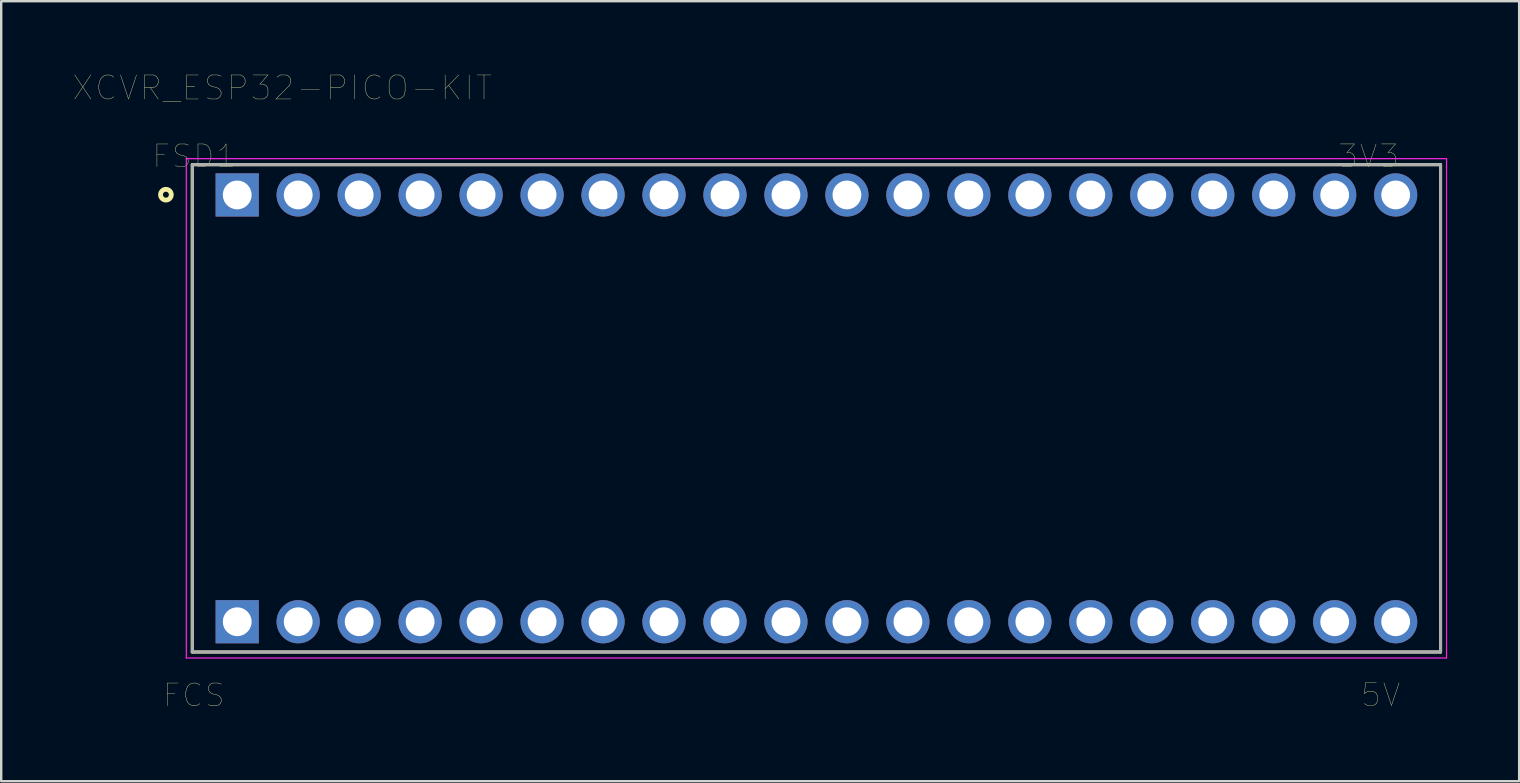
<source format=kicad_pcb>
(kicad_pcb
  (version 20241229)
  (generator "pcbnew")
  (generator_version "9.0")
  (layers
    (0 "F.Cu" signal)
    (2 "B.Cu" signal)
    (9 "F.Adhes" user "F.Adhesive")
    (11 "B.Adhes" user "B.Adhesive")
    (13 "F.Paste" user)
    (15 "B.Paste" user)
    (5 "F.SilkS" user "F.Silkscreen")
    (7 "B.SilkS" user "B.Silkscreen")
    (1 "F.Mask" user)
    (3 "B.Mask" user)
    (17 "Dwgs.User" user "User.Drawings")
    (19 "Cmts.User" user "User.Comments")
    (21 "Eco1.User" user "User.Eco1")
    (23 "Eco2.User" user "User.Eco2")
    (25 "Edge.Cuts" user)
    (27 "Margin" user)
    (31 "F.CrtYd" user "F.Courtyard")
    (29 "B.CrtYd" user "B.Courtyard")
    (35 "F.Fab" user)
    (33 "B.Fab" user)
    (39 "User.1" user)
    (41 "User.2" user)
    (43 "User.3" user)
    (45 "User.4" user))
  (footprint "XCVR_ESP32-PICO-KIT"
    (layer "F.Cu")
    (at 30.962 13.961)
    (property "Reference" "XCVR_ESP32-PICO-KIT" (at -22.254 -13.35 0) (layer "F.SilkS") (effects (font (size 1 1) (thickness 0.015))))
    (attr through_hole)
    (fp_line (start -26 -10.15) (end 26 -10.15) (stroke (width 0.127) (type solid)) (layer "F.SilkS"))
    (fp_line (start -26 10.15) (end -26 -10.15) (stroke (width 0.127) (type solid)) (layer "F.SilkS"))
    (fp_line (start 26 -10.15) (end 26 10.15) (stroke (width 0.127) (type solid)) (layer "F.SilkS"))
    (fp_line (start 26 10.15) (end -26 10.15) (stroke (width 0.127) (type solid)) (layer "F.SilkS"))
    (fp_circle (center -27.1 -8.9) (end -26.876 -8.9) (stroke (width 0.2) (type solid)) (fill no) (layer "F.SilkS"))
    (fp_line (start -26.25 -10.4) (end 26.25 -10.4) (stroke (width 0.05) (type solid)) (layer "F.CrtYd"))
    (fp_line (start -26.25 10.4) (end -26.25 -10.4) (stroke (width 0.05) (type solid)) (layer "F.CrtYd"))
    (fp_line (start 26.25 -10.4) (end 26.25 10.4) (stroke (width 0.05) (type solid)) (layer "F.CrtYd"))
    (fp_line (start 26.25 10.4) (end -26.25 10.4) (stroke (width 0.05) (type solid)) (layer "F.CrtYd"))
    (fp_line (start -26 -10.15) (end 26 -10.15) (stroke (width 0.127) (type solid)) (layer "F.Fab"))
    (fp_line (start -26 10.15) (end -26 -10.15) (stroke (width 0.127) (type solid)) (layer "F.Fab"))
    (fp_line (start 26 -10.15) (end 26 10.15) (stroke (width 0.127) (type solid)) (layer "F.Fab"))
    (fp_line (start 26 10.15) (end -26 10.15) (stroke (width 0.127) (type solid)) (layer "F.Fab"))
    (fp_text user "FCS" (at -25.941 11.953 0) (layer "F.SilkS") (effects (font (size 0.946 0.946) (thickness 0.015))))
    (fp_text user "3V3" (at 23 -10.506 0) (layer "F.SilkS") (effects (font (size 0.945 0.945) (thickness 0.015))))
    (fp_text user "FSD1" (at -25.922 -10.505 0) (layer "F.SilkS") (effects (font (size 0.945 0.945) (thickness 0.015))))
    (fp_text user "5V" (at 23.506 11.944 0) (layer "F.SilkS") (effects (font (size 0.945 0.945) (thickness 0.015))))
    (pad "J2_1" thru_hole rect (at -24.13 -8.89) (size 1.8 1.8) (drill 1.2) (layers "*.Cu" "*.Mask"))
    (pad "J2_2" thru_hole circle (at -21.59 -8.89) (size 1.8 1.8) (drill 1.2) (layers "*.Cu" "*.Mask"))
    (pad "J2_3" thru_hole circle (at -19.05 -8.89) (size 1.8 1.8) (drill 1.2) (layers "*.Cu" "*.Mask"))
    (pad "J2_4" thru_hole circle (at -16.51 -8.89) (size 1.8 1.8) (drill 1.2) (layers "*.Cu" "*.Mask"))
    (pad "J2_5" thru_hole circle (at -13.97 -8.89) (size 1.8 1.8) (drill 1.2) (layers "*.Cu" "*.Mask"))
    (pad "J2_6" thru_hole circle (at -11.43 -8.89) (size 1.8 1.8) (drill 1.2) (layers "*.Cu" "*.Mask"))
    (pad "J2_7" thru_hole circle (at -8.89 -8.89) (size 1.8 1.8) (drill 1.2) (layers "*.Cu" "*.Mask"))
    (pad "J2_8" thru_hole circle (at -6.35 -8.89) (size 1.8 1.8) (drill 1.2) (layers "*.Cu" "*.Mask"))
    (pad "J2_9" thru_hole circle (at -3.81 -8.89) (size 1.8 1.8) (drill 1.2) (layers "*.Cu" "*.Mask"))
    (pad "J2_10" thru_hole circle (at -1.27 -8.89) (size 1.8 1.8) (drill 1.2) (layers "*.Cu" "*.Mask"))
    (pad "J2_11" thru_hole circle (at 1.27 -8.89) (size 1.8 1.8) (drill 1.2) (layers "*.Cu" "*.Mask"))
    (pad "J2_12" thru_hole circle (at 3.81 -8.89) (size 1.8 1.8) (drill 1.2) (layers "*.Cu" "*.Mask"))
    (pad "J2_13" thru_hole circle (at 6.35 -8.89) (size 1.8 1.8) (drill 1.2) (layers "*.Cu" "*.Mask"))
    (pad "J2_14" thru_hole circle (at 8.89 -8.89) (size 1.8 1.8) (drill 1.2) (layers "*.Cu" "*.Mask"))
    (pad "J2_15" thru_hole circle (at 11.43 -8.89) (size 1.8 1.8) (drill 1.2) (layers "*.Cu" "*.Mask"))
    (pad "J2_16" thru_hole circle (at 13.97 -8.89) (size 1.8 1.8) (drill 1.2) (layers "*.Cu" "*.Mask"))
    (pad "J2_17" thru_hole circle (at 16.51 -8.89) (size 1.8 1.8) (drill 1.2) (layers "*.Cu" "*.Mask"))
    (pad "J2_18" thru_hole circle (at 19.05 -8.89) (size 1.8 1.8) (drill 1.2) (layers "*.Cu" "*.Mask"))
    (pad "J2_19" thru_hole circle (at 21.59 -8.89) (size 1.8 1.8) (drill 1.2) (layers "*.Cu" "*.Mask"))
    (pad "J2_20" thru_hole circle (at 24.13 -8.89) (size 1.8 1.8) (drill 1.2) (layers "*.Cu" "*.Mask"))
    (pad "J3_1" thru_hole rect (at -24.13 8.89) (size 1.8 1.8) (drill 1.2) (layers "*.Cu" "*.Mask"))
    (pad "J3_2" thru_hole circle (at -21.59 8.89) (size 1.8 1.8) (drill 1.2) (layers "*.Cu" "*.Mask"))
    (pad "J3_3" thru_hole circle (at -19.05 8.89) (size 1.8 1.8) (drill 1.2) (layers "*.Cu" "*.Mask"))
    (pad "J3_4" thru_hole circle (at -16.51 8.89) (size 1.8 1.8) (drill 1.2) (layers "*.Cu" "*.Mask"))
    (pad "J3_5" thru_hole circle (at -13.97 8.89) (size 1.8 1.8) (drill 1.2) (layers "*.Cu" "*.Mask"))
    (pad "J3_6" thru_hole circle (at -11.43 8.89) (size 1.8 1.8) (drill 1.2) (layers "*.Cu" "*.Mask"))
    (pad "J3_7" thru_hole circle (at -8.89 8.89) (size 1.8 1.8) (drill 1.2) (layers "*.Cu" "*.Mask"))
    (pad "J3_8" thru_hole circle (at -6.35 8.89) (size 1.8 1.8) (drill 1.2) (layers "*.Cu" "*.Mask"))
    (pad "J3_9" thru_hole circle (at -3.81 8.89) (size 1.8 1.8) (drill 1.2) (layers "*.Cu" "*.Mask"))
    (pad "J3_10" thru_hole circle (at -1.27 8.89) (size 1.8 1.8) (drill 1.2) (layers "*.Cu" "*.Mask"))
    (pad "J3_11" thru_hole circle (at 1.27 8.89) (size 1.8 1.8) (drill 1.2) (layers "*.Cu" "*.Mask"))
    (pad "J3_12" thru_hole circle (at 3.81 8.89) (size 1.8 1.8) (drill 1.2) (layers "*.Cu" "*.Mask"))
    (pad "J3_13" thru_hole circle (at 6.35 8.89) (size 1.8 1.8) (drill 1.2) (layers "*.Cu" "*.Mask"))
    (pad "J3_14" thru_hole circle (at 8.89 8.89) (size 1.8 1.8) (drill 1.2) (layers "*.Cu" "*.Mask"))
    (pad "J3_15" thru_hole circle (at 11.43 8.89) (size 1.8 1.8) (drill 1.2) (layers "*.Cu" "*.Mask"))
    (pad "J3_16" thru_hole circle (at 13.97 8.89) (size 1.8 1.8) (drill 1.2) (layers "*.Cu" "*.Mask"))
    (pad "J3_17" thru_hole circle (at 16.51 8.89) (size 1.8 1.8) (drill 1.2) (layers "*.Cu" "*.Mask"))
    (pad "J3_18" thru_hole circle (at 19.05 8.89) (size 1.8 1.8) (drill 1.2) (layers "*.Cu" "*.Mask"))
    (pad "J3_19" thru_hole circle (at 21.59 8.89) (size 1.8 1.8) (drill 1.2) (layers "*.Cu" "*.Mask"))
    (pad "J3_20" thru_hole circle (at 24.13 8.89) (size 1.8 1.8) (drill 1.2) (layers "*.Cu" "*.Mask")))
  (gr_rect
    (start -3 -3)
    (end 60.237 29.494)
    (stroke (width 0.1) (type default))
    (fill no)
    (layer "Edge.Cuts")))
</source>
